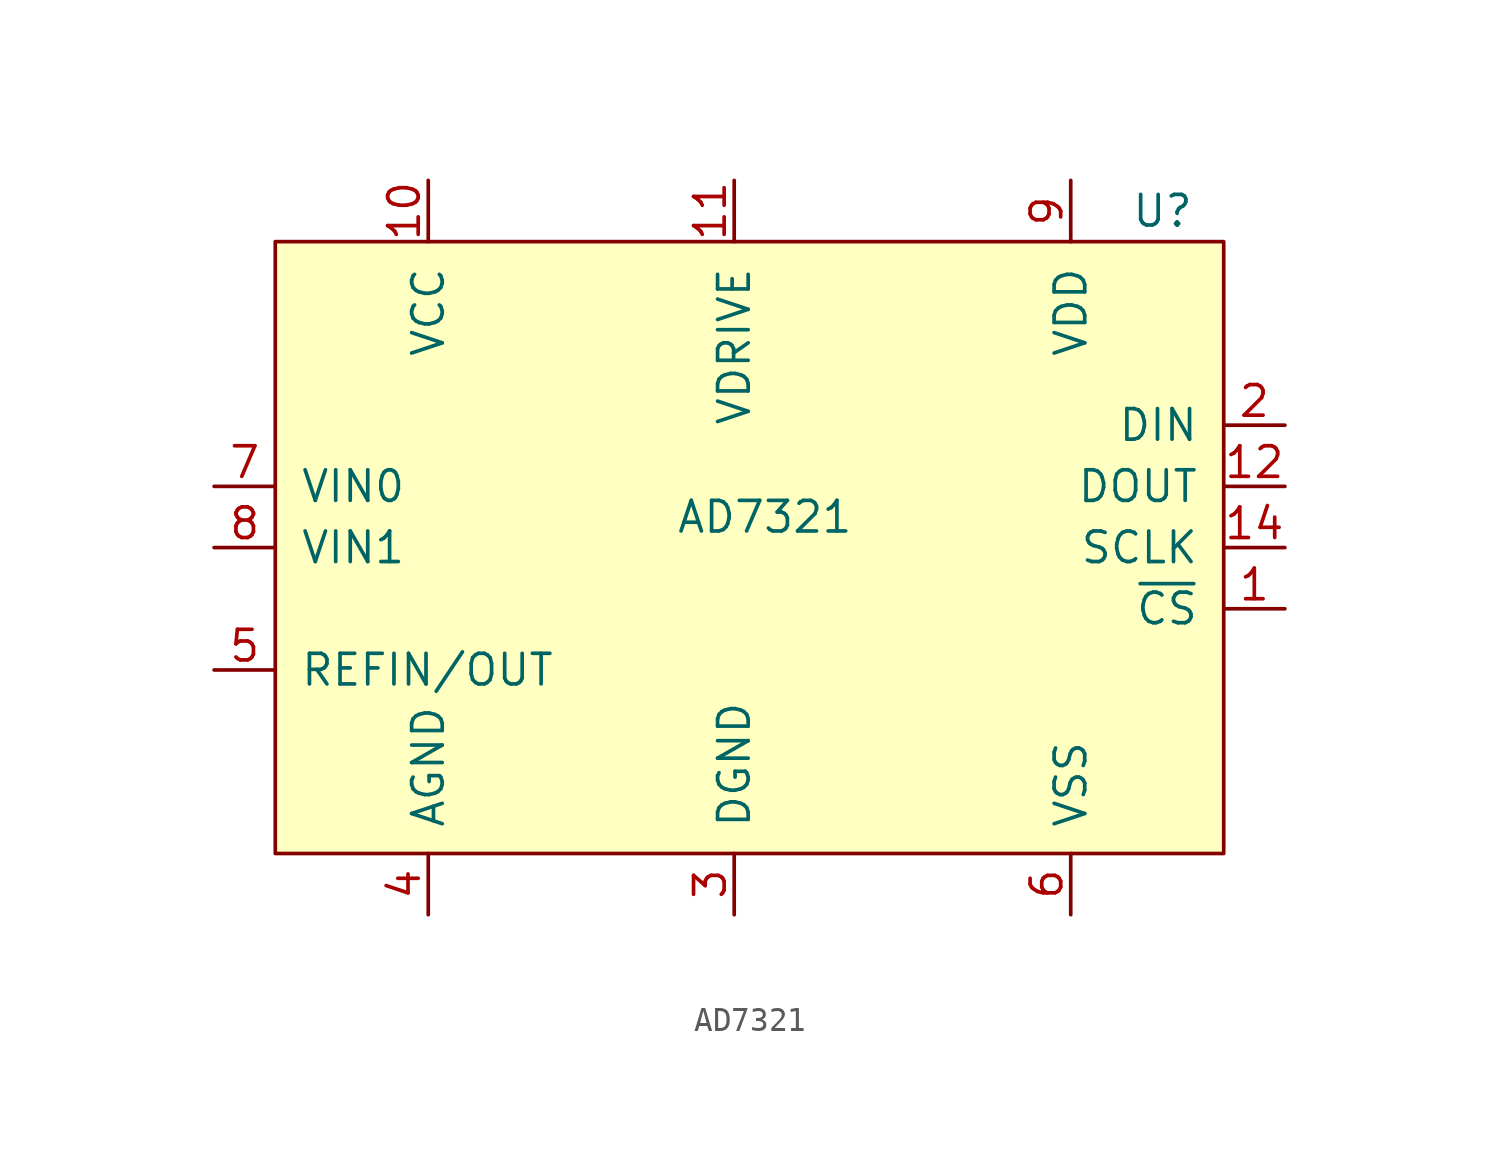
<source format=kicad_sym>
(kicad_symbol_lib
  (version 20211014)
  (generator kicad_symbol_editor)
  (symbol "AD7321"
    (pin_names
      (offset 1.016))
    (property "Reference" "U"
      (at 17.78 12.7 0)
      (effects (font (size 1.27 1.27))))
    (property "Value" "AD7321"
      (at 1.27 0 0)
      (effects (font (size 1.27 1.27))))
    (symbol "AD7321_0_1"
      (rectangle (start -19.05 11.43) (end 20.32 -13.97) (stroke (width 0) (type default) (color 0 0 0 0)) (fill (type background))))
    (symbol "AD7321_1_1"
      (pin input line (at 22.86 -3.81 180) (length 2.54) (name "~{CS}" (effects (font (size 1.27 1.27)))) (number "1" (effects (font (size 1.27 1.27)))))
      (pin power_in line (at -12.7 13.97 270) (length 2.54) (name "VCC" (effects (font (size 1.27 1.27)))) (number "10" (effects (font (size 1.27 1.27)))))
      (pin power_in line (at 0 13.97 270) (length 2.54) (name "VDRIVE" (effects (font (size 1.27 1.27)))) (number "11" (effects (font (size 1.27 1.27)))))
      (pin output line (at 22.86 1.27 180) (length 2.54) (name "DOUT" (effects (font (size 1.27 1.27)))) (number "12" (effects (font (size 1.27 1.27)))))
      (pin passive line (at 0 -16.51 90) (length 2.54) hide (name "DGND" (effects (font (size 1.27 1.27)))) (number "13" (effects (font (size 1.27 1.27)))))
      (pin input line (at 22.86 -1.27 180) (length 2.54) (name "SCLK" (effects (font (size 1.27 1.27)))) (number "14" (effects (font (size 1.27 1.27)))))
      (pin input line (at 22.86 3.81 180) (length 2.54) (name "DIN" (effects (font (size 1.27 1.27)))) (number "2" (effects (font (size 1.27 1.27)))))
      (pin power_in line (at 0 -16.51 90) (length 2.54) (name "DGND" (effects (font (size 1.27 1.27)))) (number "3" (effects (font (size 1.27 1.27)))))
      (pin power_in line (at -12.7 -16.51 90) (length 2.54) (name "AGND" (effects (font (size 1.27 1.27)))) (number "4" (effects (font (size 1.27 1.27)))))
      (pin input line (at -21.59 -6.35 0) (length 2.54) (name "REFIN/OUT" (effects (font (size 1.27 1.27)))) (number "5" (effects (font (size 1.27 1.27)))))
      (pin power_in line (at 13.97 -16.51 90) (length 2.54) (name "VSS" (effects (font (size 1.27 1.27)))) (number "6" (effects (font (size 1.27 1.27)))))
      (pin input line (at -21.59 1.27 0) (length 2.54) (name "VIN0" (effects (font (size 1.27 1.27)))) (number "7" (effects (font (size 1.27 1.27)))))
      (pin input line (at -21.59 -1.27 0) (length 2.54) (name "VIN1" (effects (font (size 1.27 1.27)))) (number "8" (effects (font (size 1.27 1.27)))))
      (pin power_in line (at 13.97 13.97 270) (length 2.54) (name "VDD" (effects (font (size 1.27 1.27)))) (number "9" (effects (font (size 1.27 1.27))))))))
</source>
